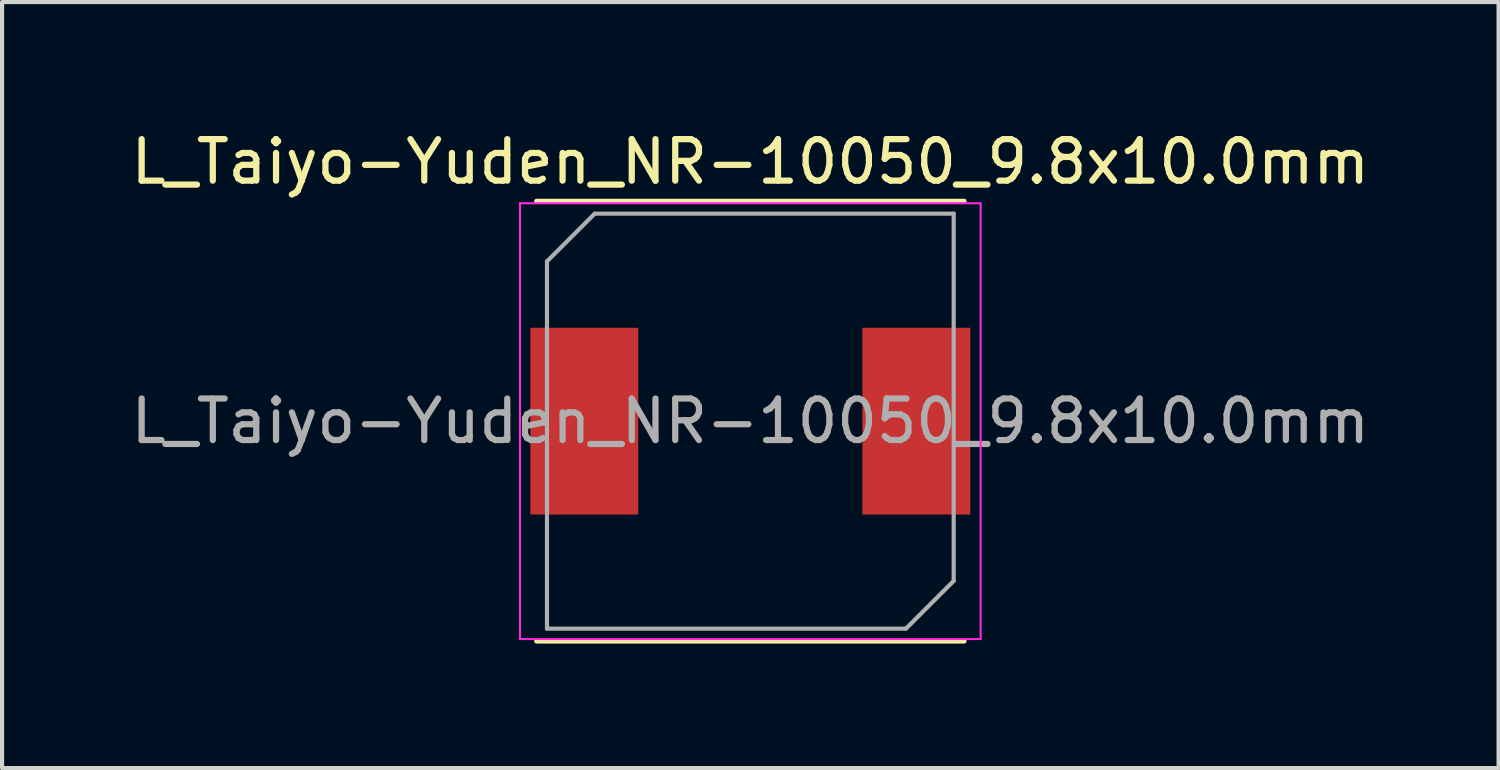
<source format=kicad_pcb>
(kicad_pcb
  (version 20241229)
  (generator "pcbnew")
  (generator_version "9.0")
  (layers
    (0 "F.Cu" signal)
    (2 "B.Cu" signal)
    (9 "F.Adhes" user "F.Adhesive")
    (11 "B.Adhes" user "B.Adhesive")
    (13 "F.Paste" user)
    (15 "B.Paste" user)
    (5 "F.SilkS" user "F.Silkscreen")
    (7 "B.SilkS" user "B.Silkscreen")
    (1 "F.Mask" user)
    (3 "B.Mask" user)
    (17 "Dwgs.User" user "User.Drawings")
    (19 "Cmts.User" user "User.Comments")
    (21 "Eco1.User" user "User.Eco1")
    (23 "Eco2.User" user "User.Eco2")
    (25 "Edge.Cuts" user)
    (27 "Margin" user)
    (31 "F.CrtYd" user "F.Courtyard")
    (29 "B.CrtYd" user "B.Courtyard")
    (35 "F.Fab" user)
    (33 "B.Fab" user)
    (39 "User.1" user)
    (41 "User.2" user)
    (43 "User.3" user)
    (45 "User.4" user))
  (footprint "L_Taiyo-Yuden_NR-10050_9.8x10.0mm"
    (layer "F.Cu")
    (at 15.03 7.098)
    (property "Reference" "L_Taiyo-Yuden_NR-10050_9.8x10.0mm" (at 0 -6.25 0) (layer "F.SilkS") (effects (font (size 1 1) (thickness 0.15))))
    (attr smd)
    (fp_line (start -5.15 -5.3) (end 5.15 -5.3) (stroke (width 0.12) (type solid)) (layer "F.SilkS"))
    (fp_line (start -5.15 5.3) (end 5.15 5.3) (stroke (width 0.12) (type solid)) (layer "F.SilkS"))
    (fp_line (start -5.55 -5.25) (end -5.55 5.25) (stroke (width 0.05) (type solid)) (layer "F.CrtYd"))
    (fp_line (start -5.55 5.25) (end 5.55 5.25) (stroke (width 0.05) (type solid)) (layer "F.CrtYd"))
    (fp_line (start 5.55 -5.25) (end -5.55 -5.25) (stroke (width 0.05) (type solid)) (layer "F.CrtYd"))
    (fp_line (start 5.55 5.25) (end 5.55 -5.25) (stroke (width 0.05) (type solid)) (layer "F.CrtYd"))
    (fp_line (start -4.9 -3.85) (end -4.9 5) (stroke (width 0.1) (type solid)) (layer "F.Fab"))
    (fp_line (start -4.9 -3.85) (end -3.75 -5) (stroke (width 0.1) (type solid)) (layer "F.Fab"))
    (fp_line (start -4.9 5) (end 3.75 5) (stroke (width 0.1) (type solid)) (layer "F.Fab"))
    (fp_line (start 3.75 5) (end 4.9 3.85) (stroke (width 0.1) (type solid)) (layer "F.Fab"))
    (fp_line (start 4.9 -5) (end -3.75 -5) (stroke (width 0.1) (type solid)) (layer "F.Fab"))
    (fp_line (start 4.9 3.85) (end 4.9 -5) (stroke (width 0.1) (type solid)) (layer "F.Fab"))
    (fp_text user "${REFERENCE}" (at 0 0 0) (layer "F.Fab") (effects (font (size 1 1) (thickness 0.15))))
    (pad "1" smd rect (at -4 0) (size 2.6 4.5) (layers "F.Cu" "F.Mask" "F.Paste"))
    (pad "2" smd rect (at 4 0) (size 2.6 4.5) (layers "F.Cu" "F.Mask" "F.Paste")))
  (gr_rect
    (start -3 -3)
    (end 33.06 15.458)
    (stroke (width 0.1) (type default))
    (fill no)
    (layer "Edge.Cuts")))
</source>
